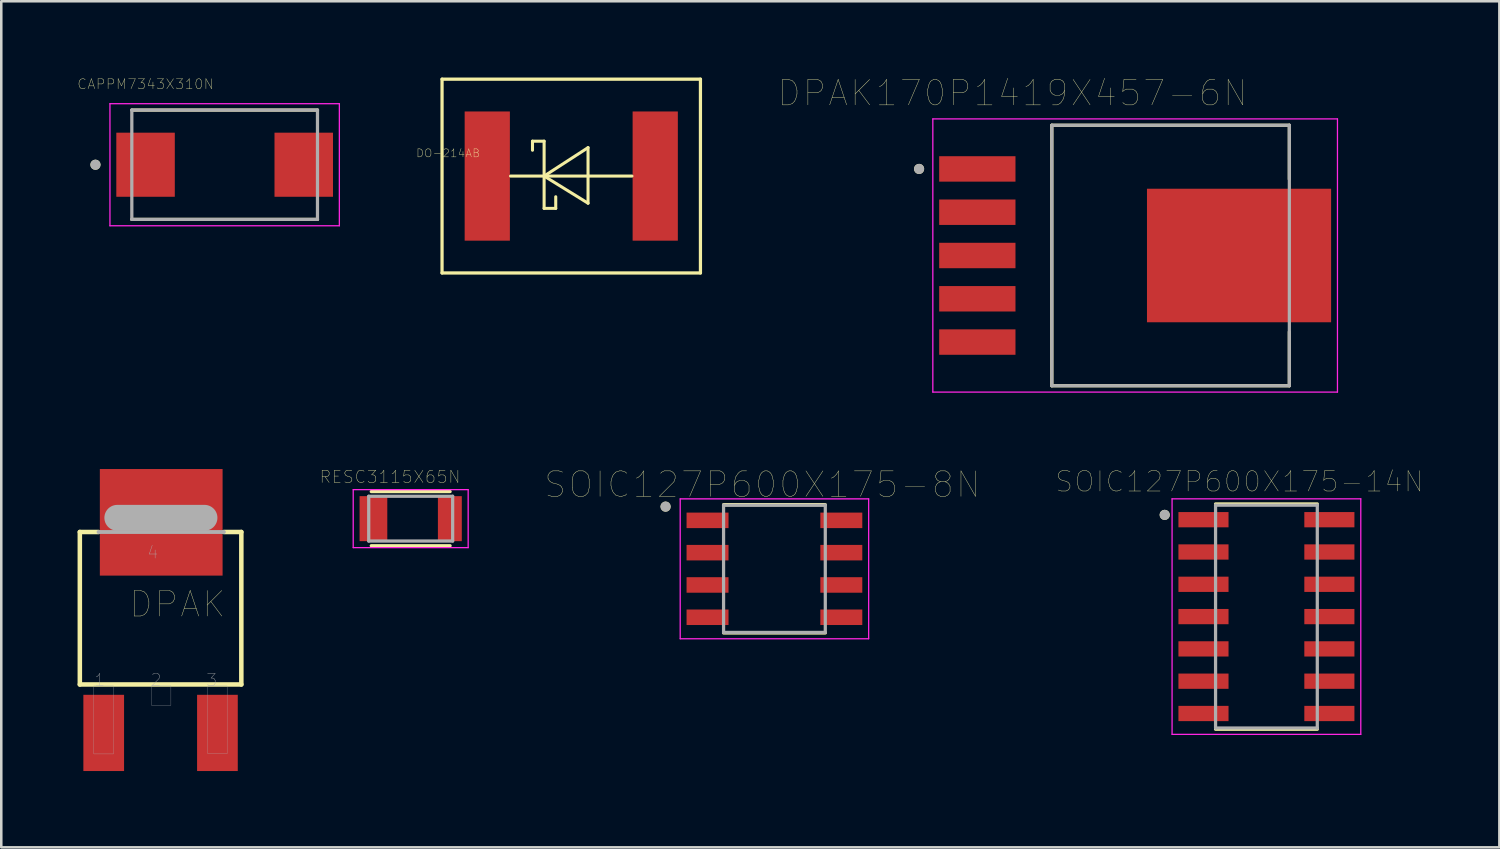
<source format=kicad_pcb>
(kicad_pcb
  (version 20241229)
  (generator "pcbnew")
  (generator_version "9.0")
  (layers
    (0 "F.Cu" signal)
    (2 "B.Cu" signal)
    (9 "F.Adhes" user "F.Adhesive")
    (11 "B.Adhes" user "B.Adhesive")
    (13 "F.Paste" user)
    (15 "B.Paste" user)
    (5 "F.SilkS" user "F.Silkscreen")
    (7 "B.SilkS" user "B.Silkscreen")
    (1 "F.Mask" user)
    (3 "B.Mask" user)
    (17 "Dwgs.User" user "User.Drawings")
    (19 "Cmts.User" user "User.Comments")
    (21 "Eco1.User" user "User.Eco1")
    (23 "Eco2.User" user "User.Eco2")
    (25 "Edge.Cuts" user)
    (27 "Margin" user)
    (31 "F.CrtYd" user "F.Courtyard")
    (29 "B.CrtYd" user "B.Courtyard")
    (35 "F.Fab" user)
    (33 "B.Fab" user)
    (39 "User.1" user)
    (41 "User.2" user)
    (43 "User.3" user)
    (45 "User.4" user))
  (footprint "DPAK170P1419X457-6N"
    (layer "F.Cu")
    (at 41.588 6.996)
    (property "Reference" "DPAK170P1419X457-6N" (at -4.825 -6.385 0) (layer "F.SilkS") (effects (font (size 1 1) (thickness 0.015))))
    (attr through_hole)
    (fp_line (start -3.282 -5.12) (end -3.282 5.12) (stroke (width 0.127) (type solid)) (layer "F.SilkS"))
    (fp_line (start -3.282 5.12) (end 6.058 5.12) (stroke (width 0.127) (type solid)) (layer "F.SilkS"))
    (fp_line (start 6.058 -5.12) (end -3.282 -5.12) (stroke (width 0.127) (type solid)) (layer "F.SilkS"))
    (fp_line (start 6.058 -3) (end 6.058 -5.12) (stroke (width 0.127) (type solid)) (layer "F.SilkS"))
    (fp_line (start 6.058 5.12) (end 6.058 3) (stroke (width 0.127) (type solid)) (layer "F.SilkS"))
    (fp_circle (center -8.5 -3.404) (end -8.4 -3.404) (stroke (width 0.2) (type solid)) (fill no) (layer "F.SilkS"))
    (fp_poly (pts (xy 0.72 -2.075) (xy 1.98 -2.075) (xy 1.98 -0.555) (xy 0.72 -0.555)) (stroke (width 0.01) (type solid)) (fill yes) (layer "F.Paste"))
    (fp_poly (pts (xy 0.72 0.555) (xy 1.98 0.555) (xy 1.98 2.075) (xy 0.72 2.075)) (stroke (width 0.01) (type solid)) (fill yes) (layer "F.Paste"))
    (fp_poly (pts (xy 2.54 -2.075) (xy 3.8 -2.075) (xy 3.8 -0.555) (xy 2.54 -0.555)) (stroke (width 0.01) (type solid)) (fill yes) (layer "F.Paste"))
    (fp_poly (pts (xy 2.54 0.555) (xy 3.8 0.555) (xy 3.8 2.075) (xy 2.54 2.075)) (stroke (width 0.01) (type solid)) (fill yes) (layer "F.Paste"))
    (fp_poly (pts (xy 4.36 -2.075) (xy 5.62 -2.075) (xy 5.62 -0.555) (xy 4.36 -0.555)) (stroke (width 0.01) (type solid)) (fill yes) (layer "F.Paste"))
    (fp_poly (pts (xy 4.36 0.555) (xy 5.62 0.555) (xy 5.62 2.075) (xy 4.36 2.075)) (stroke (width 0.01) (type solid)) (fill yes) (layer "F.Paste"))
    (fp_poly (pts (xy 6.18 -2.075) (xy 7.44 -2.075) (xy 7.44 -0.555) (xy 6.18 -0.555)) (stroke (width 0.01) (type solid)) (fill yes) (layer "F.Paste"))
    (fp_poly (pts (xy 6.18 0.555) (xy 7.44 0.555) (xy 7.44 2.075) (xy 6.18 2.075)) (stroke (width 0.01) (type solid)) (fill yes) (layer "F.Paste"))
    (fp_line (start -7.96 -5.37) (end 7.95 -5.37) (stroke (width 0.05) (type solid)) (layer "F.CrtYd"))
    (fp_line (start -7.96 5.37) (end -7.96 -5.37) (stroke (width 0.05) (type solid)) (layer "F.CrtYd"))
    (fp_line (start 7.95 -5.37) (end 7.95 5.37) (stroke (width 0.05) (type solid)) (layer "F.CrtYd"))
    (fp_line (start 7.95 5.37) (end -7.96 5.37) (stroke (width 0.05) (type solid)) (layer "F.CrtYd"))
    (fp_line (start -3.282 -5.12) (end 6.058 -5.12) (stroke (width 0.127) (type solid)) (layer "F.Fab"))
    (fp_line (start -3.282 5.12) (end -3.282 -5.12) (stroke (width 0.127) (type solid)) (layer "F.Fab"))
    (fp_line (start 6.058 -5.12) (end 6.058 5.12) (stroke (width 0.127) (type solid)) (layer "F.Fab"))
    (fp_line (start 6.058 5.12) (end -3.282 5.12) (stroke (width 0.127) (type solid)) (layer "F.Fab"))
    (fp_circle (center -8.5 -3.404) (end -8.4 -3.404) (stroke (width 0.2) (type solid)) (fill no) (layer "F.Fab"))
    (pad "1" smd rect (at -6.21 -3.404) (size 3 1) (layers "F.Cu" "F.Mask" "F.Paste"))
    (pad "2" smd rect (at -6.21 -1.702) (size 3 1) (layers "F.Cu" "F.Mask" "F.Paste"))
    (pad "3" smd rect (at -6.21 0) (size 3 1) (layers "F.Cu" "F.Mask" "F.Paste"))
    (pad "4" smd rect (at -6.21 1.702) (size 3 1) (layers "F.Cu" "F.Mask" "F.Paste"))
    (pad "5" smd rect (at -6.21 3.404) (size 3 1) (layers "F.Cu" "F.Mask" "F.Paste"))
    (pad "6" smd rect (at 4.08 0) (size 7.24 5.25) (layers "F.Cu" "F.Mask")))
  (footprint "DO-214AB"
    (layer "F.Cu")
    (at 19.411 3.873)
    (property "Reference" "DO-214AB" (at -4.842 -0.9 0) (layer "F.SilkS") (effects (font (size 0.315 0.315) (thickness 0.015))))
    (attr through_hole)
    (fp_line (start -5.08 -3.81) (end 5.08 -3.81) (stroke (width 0.127) (type solid)) (layer "F.SilkS"))
    (fp_line (start -5.08 3.81) (end -5.08 -3.81) (stroke (width 0.127) (type solid)) (layer "F.SilkS"))
    (fp_line (start -2.388 0) (end 2.388 0) (stroke (width 0.12) (type solid)) (layer "F.SilkS"))
    (fp_line (start -1.524 -1.372) (end -1.067 -1.372) (stroke (width 0.12) (type solid)) (layer "F.SilkS"))
    (fp_line (start -1.524 -1.016) (end -1.524 -1.372) (stroke (width 0.12) (type solid)) (layer "F.SilkS"))
    (fp_line (start -1.067 -1.372) (end -1.067 1.27) (stroke (width 0.12) (type solid)) (layer "F.SilkS"))
    (fp_line (start -1.067 0) (end 0.66 -1.118) (stroke (width 0.12) (type solid)) (layer "F.SilkS"))
    (fp_line (start -1.067 1.27) (end -0.61 1.27) (stroke (width 0.12) (type solid)) (layer "F.SilkS"))
    (fp_line (start -0.61 1.27) (end -0.61 0.813) (stroke (width 0.12) (type solid)) (layer "F.SilkS"))
    (fp_line (start 0.66 -1.118) (end 0.66 1.067) (stroke (width 0.12) (type solid)) (layer "F.SilkS"))
    (fp_line (start 0.66 1.067) (end -1.067 0) (stroke (width 0.12) (type solid)) (layer "F.SilkS"))
    (fp_line (start 5.08 -3.81) (end 5.08 3.81) (stroke (width 0.127) (type solid)) (layer "F.SilkS"))
    (fp_line (start 5.08 3.81) (end -5.08 3.81) (stroke (width 0.127) (type solid)) (layer "F.SilkS"))
    (pad "1" smd rect (at -3.302 0) (size 1.778 5.08) (layers "F.Cu" "F.Mask" "F.Paste"))
    (pad "2" smd rect (at 3.302 0) (size 1.778 5.08) (layers "F.Cu" "F.Mask" "F.Paste")))
  (footprint "CAPPM7343X310N"
    (layer "F.Cu")
    (at 5.783 3.427)
    (property "Reference" "CAPPM7343X310N" (at -3.11 -3.17 0) (layer "F.SilkS") (effects (font (size 0.394 0.394) (thickness 0.015))))
    (attr through_hole)
    (fp_line (start -3.65 -2.15) (end 3.65 -2.15) (stroke (width 0.127) (type solid)) (layer "F.SilkS"))
    (fp_line (start -3.65 2.15) (end 3.65 2.15) (stroke (width 0.127) (type solid)) (layer "F.SilkS"))
    (fp_circle (center -5.08 0) (end -4.98 0) (stroke (width 0.2) (type solid)) (fill no) (layer "F.SilkS"))
    (fp_line (start -4.51 -2.4) (end 4.51 -2.4) (stroke (width 0.05) (type solid)) (layer "F.CrtYd"))
    (fp_line (start -4.51 2.4) (end -4.51 -2.4) (stroke (width 0.05) (type solid)) (layer "F.CrtYd"))
    (fp_line (start -4.51 2.4) (end 4.51 2.4) (stroke (width 0.05) (type solid)) (layer "F.CrtYd"))
    (fp_line (start 4.51 2.4) (end 4.51 -2.4) (stroke (width 0.05) (type solid)) (layer "F.CrtYd"))
    (fp_line (start -3.65 2.15) (end -3.65 -2.15) (stroke (width 0.127) (type solid)) (layer "F.Fab"))
    (fp_line (start 3.65 -2.15) (end -3.65 -2.15) (stroke (width 0.127) (type solid)) (layer "F.Fab"))
    (fp_line (start 3.65 2.15) (end -3.65 2.15) (stroke (width 0.127) (type solid)) (layer "F.Fab"))
    (fp_line (start 3.65 2.15) (end 3.65 -2.15) (stroke (width 0.127) (type solid)) (layer "F.Fab"))
    (fp_circle (center -5.08 0) (end -4.98 0) (stroke (width 0.2) (type solid)) (fill no) (layer "F.Fab"))
    (pad "1" smd rect (at -3.11 0) (size 2.3 2.52) (layers "F.Cu" "F.Mask" "F.Paste"))
    (pad "2" smd rect (at 3.11 0) (size 2.3 2.52) (layers "F.Cu" "F.Mask" "F.Paste")))
  (footprint "DPAK"
    (layer "F.Cu")
    (at 3.289 22.11)
    (property "Reference" "DPAK" (at 0.637 -1.402 0) (layer "F.SilkS") (effects (font (size 1.003 1.003) (thickness 0.015))))
    (attr through_hole)
    (fp_line (start -3.2 -4.242) (end -3.2 1.753) (stroke (width 0.178) (type solid)) (layer "F.SilkS"))
    (fp_line (start -3.2 -4.242) (end -2.464 -4.242) (stroke (width 0.178) (type solid)) (layer "F.SilkS"))
    (fp_line (start 3.15 -4.242) (end 2.464 -4.242) (stroke (width 0.178) (type solid)) (layer "F.SilkS"))
    (fp_line (start 3.15 1.753) (end -3.2 1.753) (stroke (width 0.178) (type solid)) (layer "F.SilkS"))
    (fp_line (start 3.15 1.753) (end 3.15 -4.242) (stroke (width 0.178) (type solid)) (layer "F.SilkS"))
    (fp_line (start -1.727 -4.801) (end 1.702 -4.801) (stroke (width 1.016) (type solid)) (layer "F.Fab"))
    (fp_line (start 2.464 -4.242) (end -2.464 -4.242) (stroke (width 0.152) (type solid)) (layer "F.Fab"))
    (fp_poly (pts (xy -2.649 1.803) (xy -1.88 1.803) (xy -1.88 4.483) (xy -2.649 4.483)) (stroke (width 0.01) (type solid)) (fill no) (layer "F.Fab"))
    (fp_poly (pts (xy -0.382 1.803) (xy 0.381 1.803) (xy 0.381 2.572) (xy -0.382 2.572)) (stroke (width 0.01) (type solid)) (fill no) (layer "F.Fab"))
    (fp_poly (pts (xy 1.832 1.803) (xy 2.591 1.803) (xy 2.591 4.477) (xy 1.832 4.477)) (stroke (width 0.01) (type solid)) (fill no) (layer "F.Fab"))
    (fp_text user "2" (at -0.204 1.578 0) (layer "F.Fab") (effects (font (size 0.481 0.481) (thickness 0.015))))
    (fp_text user "4" (at -0.331 -3.438 0) (layer "F.Fab") (effects (font (size 0.481 0.481) (thickness 0.015))))
    (fp_text user "1" (at -2.417 1.577 0) (layer "F.Fab") (effects (font (size 0.481 0.481) (thickness 0.015))))
    (fp_text user "3" (at 1.983 1.576 0) (layer "F.Fab") (effects (font (size 0.48 0.48) (thickness 0.015))))
    (pad "1" smd rect (at -2.261 3.658) (size 1.6 2.997) (layers "F.Cu" "F.Mask" "F.Paste"))
    (pad "2" smd rect (at 0 -4.623) (size 4.826 4.191) (layers "F.Cu" "F.Mask" "F.Paste"))
    (pad "3" smd rect (at 2.21 3.658) (size 1.6 2.997) (layers "F.Cu" "F.Mask" "F.Paste")))
  (footprint "SOIC127P600X175-8N"
    (layer "F.Cu")
    (at 27.4 19.315)
    (property "Reference" "SOIC127P600X175-8N" (at -0.475 -3.312 0) (layer "F.SilkS") (effects (font (size 1 1) (thickness 0.015))))
    (attr through_hole)
    (fp_line (start -2 -2.523) (end 2 -2.523) (stroke (width 0.127) (type solid)) (layer "F.SilkS"))
    (fp_line (start -2 2.523) (end 2 2.523) (stroke (width 0.127) (type solid)) (layer "F.SilkS"))
    (fp_circle (center -4.28 -2.445) (end -4.18 -2.445) (stroke (width 0.2) (type solid)) (fill no) (layer "F.SilkS"))
    (fp_line (start -3.705 -2.75) (end -3.705 2.75) (stroke (width 0.05) (type solid)) (layer "F.CrtYd"))
    (fp_line (start -3.705 -2.75) (end 3.705 -2.75) (stroke (width 0.05) (type solid)) (layer "F.CrtYd"))
    (fp_line (start -3.705 2.75) (end 3.705 2.75) (stroke (width 0.05) (type solid)) (layer "F.CrtYd"))
    (fp_line (start 3.705 -2.75) (end 3.705 2.75) (stroke (width 0.05) (type solid)) (layer "F.CrtYd"))
    (fp_line (start -2 -2.5) (end -2 2.5) (stroke (width 0.127) (type solid)) (layer "F.Fab"))
    (fp_line (start -2 -2.5) (end 2 -2.5) (stroke (width 0.127) (type solid)) (layer "F.Fab"))
    (fp_line (start -2 2.5) (end 2 2.5) (stroke (width 0.127) (type solid)) (layer "F.Fab"))
    (fp_line (start 2 -2.5) (end 2 2.5) (stroke (width 0.127) (type solid)) (layer "F.Fab"))
    (fp_circle (center -4.28 -2.445) (end -4.18 -2.445) (stroke (width 0.2) (type solid)) (fill no) (layer "F.Fab"))
    (pad "1" smd rect (at -2.63 -1.905) (size 1.65 0.61) (layers "F.Cu" "F.Mask" "F.Paste"))
    (pad "2" smd rect (at -2.63 -0.635) (size 1.65 0.61) (layers "F.Cu" "F.Mask" "F.Paste"))
    (pad "3" smd rect (at -2.63 0.635) (size 1.65 0.61) (layers "F.Cu" "F.Mask" "F.Paste"))
    (pad "4" smd rect (at -2.63 1.905) (size 1.65 0.61) (layers "F.Cu" "F.Mask" "F.Paste"))
    (pad "5" smd rect (at 2.63 1.905) (size 1.65 0.61) (layers "F.Cu" "F.Mask" "F.Paste"))
    (pad "6" smd rect (at 2.63 0.635) (size 1.65 0.61) (layers "F.Cu" "F.Mask" "F.Paste"))
    (pad "7" smd rect (at 2.63 -0.635) (size 1.65 0.61) (layers "F.Cu" "F.Mask" "F.Paste"))
    (pad "8" smd rect (at 2.63 -1.905) (size 1.65 0.61) (layers "F.Cu" "F.Mask" "F.Paste")))
  (footprint "SOIC127P600X175-14N"
    (layer "F.Cu")
    (at 46.745 21.194)
    (property "Reference" "SOIC127P600X175-14N" (at -1.06 -5.308 0) (layer "F.SilkS") (effects (font (size 0.8 0.8) (thickness 0.015))))
    (attr through_hole)
    (fp_line (start -2 -4.43) (end 2 -4.43) (stroke (width 0.127) (type solid)) (layer "F.SilkS"))
    (fp_line (start -2 4.43) (end 2 4.43) (stroke (width 0.127) (type solid)) (layer "F.SilkS"))
    (fp_circle (center -4 -4) (end -3.9 -4) (stroke (width 0.2) (type solid)) (fill no) (layer "F.SilkS"))
    (fp_line (start -3.71 -4.63) (end -3.71 4.63) (stroke (width 0.05) (type solid)) (layer "F.CrtYd"))
    (fp_line (start -3.71 -4.63) (end 3.71 -4.63) (stroke (width 0.05) (type solid)) (layer "F.CrtYd"))
    (fp_line (start -3.71 4.63) (end 3.71 4.63) (stroke (width 0.05) (type solid)) (layer "F.CrtYd"))
    (fp_line (start 3.71 -4.63) (end 3.71 4.63) (stroke (width 0.05) (type solid)) (layer "F.CrtYd"))
    (fp_line (start -2 -4.38) (end -2 4.38) (stroke (width 0.127) (type solid)) (layer "F.Fab"))
    (fp_line (start -2 -4.38) (end 2 -4.38) (stroke (width 0.127) (type solid)) (layer "F.Fab"))
    (fp_line (start -2 4.38) (end 2 4.38) (stroke (width 0.127) (type solid)) (layer "F.Fab"))
    (fp_line (start 2 -4.38) (end 2 4.38) (stroke (width 0.127) (type solid)) (layer "F.Fab"))
    (fp_circle (center -4 -4) (end -3.9 -4) (stroke (width 0.2) (type solid)) (fill no) (layer "F.Fab"))
    (pad "1" smd rect (at -2.475 -3.81) (size 1.97 0.6) (layers "F.Cu" "F.Mask" "F.Paste"))
    (pad "2" smd rect (at -2.475 -2.54) (size 1.97 0.6) (layers "F.Cu" "F.Mask" "F.Paste"))
    (pad "3" smd rect (at -2.475 -1.27) (size 1.97 0.6) (layers "F.Cu" "F.Mask" "F.Paste"))
    (pad "4" smd rect (at -2.475 0) (size 1.97 0.6) (layers "F.Cu" "F.Mask" "F.Paste"))
    (pad "5" smd rect (at -2.475 1.27) (size 1.97 0.6) (layers "F.Cu" "F.Mask" "F.Paste"))
    (pad "6" smd rect (at -2.475 2.54) (size 1.97 0.6) (layers "F.Cu" "F.Mask" "F.Paste"))
    (pad "7" smd rect (at -2.475 3.81) (size 1.97 0.6) (layers "F.Cu" "F.Mask" "F.Paste"))
    (pad "8" smd rect (at 2.475 3.81) (size 1.97 0.6) (layers "F.Cu" "F.Mask" "F.Paste"))
    (pad "9" smd rect (at 2.475 2.54) (size 1.97 0.6) (layers "F.Cu" "F.Mask" "F.Paste"))
    (pad "10" smd rect (at 2.475 1.27) (size 1.97 0.6) (layers "F.Cu" "F.Mask" "F.Paste"))
    (pad "11" smd rect (at 2.475 0) (size 1.97 0.6) (layers "F.Cu" "F.Mask" "F.Paste"))
    (pad "12" smd rect (at 2.475 -1.27) (size 1.97 0.6) (layers "F.Cu" "F.Mask" "F.Paste"))
    (pad "13" smd rect (at 2.475 -2.54) (size 1.97 0.6) (layers "F.Cu" "F.Mask" "F.Paste"))
    (pad "14" smd rect (at 2.475 -3.81) (size 1.97 0.6) (layers "F.Cu" "F.Mask" "F.Paste")))
  (footprint "RESC3115X65N"
    (layer "F.Cu")
    (at 13.098 17.343)
    (property "Reference" "RESC3115X65N" (at -0.813 -1.644 0) (layer "F.SilkS") (effects (font (size 0.481 0.481) (thickness 0.015))))
    (attr through_hole)
    (fp_line (start -1.55 -1.065) (end 1.55 -1.065) (stroke (width 0.127) (type solid)) (layer "F.SilkS"))
    (fp_line (start -1.55 1.065) (end 1.55 1.065) (stroke (width 0.127) (type solid)) (layer "F.SilkS"))
    (fp_line (start -2.26 -1.14) (end 2.26 -1.14) (stroke (width 0.05) (type solid)) (layer "F.CrtYd"))
    (fp_line (start -2.26 1.14) (end -2.26 -1.14) (stroke (width 0.05) (type solid)) (layer "F.CrtYd"))
    (fp_line (start 2.26 -1.14) (end 2.26 1.14) (stroke (width 0.05) (type solid)) (layer "F.CrtYd"))
    (fp_line (start 2.26 1.14) (end -2.26 1.14) (stroke (width 0.05) (type solid)) (layer "F.CrtYd"))
    (fp_line (start -1.65 -0.88) (end -1.65 0.88) (stroke (width 0.127) (type solid)) (layer "F.Fab"))
    (fp_line (start -1.65 -0.88) (end 1.65 -0.88) (stroke (width 0.127) (type solid)) (layer "F.Fab"))
    (fp_line (start -1.65 0.88) (end 1.65 0.88) (stroke (width 0.127) (type solid)) (layer "F.Fab"))
    (fp_line (start 1.65 -0.88) (end 1.65 0.88) (stroke (width 0.127) (type solid)) (layer "F.Fab"))
    (pad "1" smd rect (at -1.465 0) (size 1.09 1.77) (layers "F.Cu" "F.Mask" "F.Paste"))
    (pad "2" smd rect (at 1.54 0) (size 0.94 1.77) (layers "F.Cu" "F.Mask" "F.Paste")))
  (gr_rect
    (start -3 -3)
    (end 55.904 30.266)
    (stroke (width 0.1) (type default))
    (fill no)
    (layer "Edge.Cuts")))
</source>
